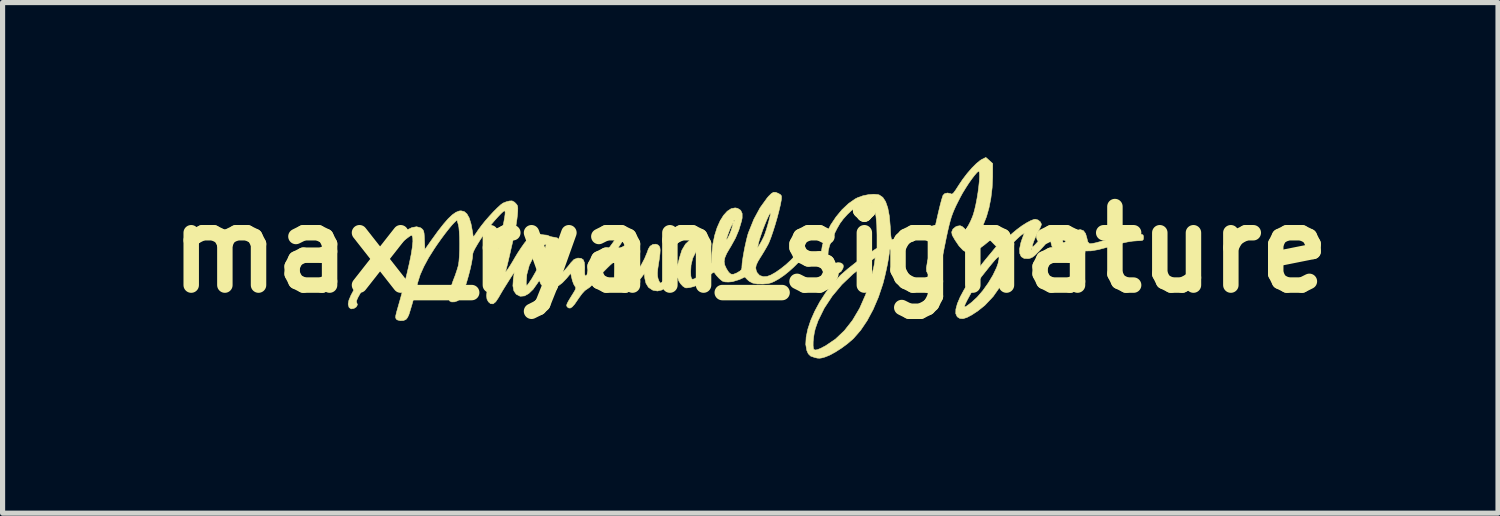
<source format=kicad_pcb>
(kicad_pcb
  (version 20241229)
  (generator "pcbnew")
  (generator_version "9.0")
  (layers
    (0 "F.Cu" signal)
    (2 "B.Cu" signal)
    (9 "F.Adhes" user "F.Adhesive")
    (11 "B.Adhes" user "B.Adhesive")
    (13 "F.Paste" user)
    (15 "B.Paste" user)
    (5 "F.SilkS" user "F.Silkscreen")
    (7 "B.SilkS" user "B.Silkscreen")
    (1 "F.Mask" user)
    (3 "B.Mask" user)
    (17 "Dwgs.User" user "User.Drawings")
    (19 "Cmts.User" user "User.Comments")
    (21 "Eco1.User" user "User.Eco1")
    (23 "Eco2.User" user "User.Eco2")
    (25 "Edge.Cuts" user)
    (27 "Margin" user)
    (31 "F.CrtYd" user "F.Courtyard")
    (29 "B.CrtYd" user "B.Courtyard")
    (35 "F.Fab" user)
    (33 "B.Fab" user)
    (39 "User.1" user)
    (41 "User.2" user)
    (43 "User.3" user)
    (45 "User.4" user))
  (footprint "max_ryan_signature"
    (layer "F.Cu")
    (at 11.51 1.793)
    (property "Reference" "max_ryan_signature" (at 0 0 0) (layer "F.SilkS") (effects (font (size 1.524 1.524) (thickness 0.3))))
    (attr through_hole)
    (fp_poly (pts (xy 2.481 -1.066) (xy 2.504 -1.059) (xy 2.572 -1.012) (xy 2.626 -0.929) (xy 2.668 -0.809) (xy 2.698 -0.651) (xy 2.715 -0.455) (xy 2.716 -0.442) (xy 2.722 -0.334) (xy 2.728 -0.262) (xy 2.735 -0.218) (xy 2.744 -0.197) (xy 2.756 -0.193) (xy 2.762 -0.195) (xy 2.818 -0.218) (xy 2.891 -0.245) (xy 2.966 -0.27) (xy 3.034 -0.291) (xy 3.08 -0.303) (xy 3.091 -0.304) (xy 3.13 -0.292) (xy 3.173 -0.265) (xy 3.206 -0.224) (xy 3.201 -0.188) (xy 3.162 -0.162) (xy 3.092 -0.151) (xy 3.086 -0.151) (xy 3.031 -0.142) (xy 2.96 -0.122) (xy 2.882 -0.095) (xy 2.808 -0.063) (xy 2.747 -0.032) (xy 2.71 -0.005) (xy 2.702 0.008) (xy 2.697 0.072) (xy 2.683 0.165) (xy 2.663 0.278) (xy 2.637 0.401) (xy 2.609 0.525) (xy 2.58 0.639) (xy 2.571 0.671) (xy 2.486 0.924) (xy 2.384 1.162) (xy 2.268 1.378) (xy 2.141 1.566) (xy 2.006 1.721) (xy 1.983 1.743) (xy 1.88 1.831) (xy 1.764 1.916) (xy 1.646 1.991) (xy 1.537 2.05) (xy 1.45 2.085) (xy 1.386 2.103) (xy 1.342 2.109) (xy 1.299 2.106) (xy 1.245 2.093) (xy 1.171 2.067) (xy 1.125 2.022) (xy 1.096 1.956) (xy 1.08 1.863) (xy 1.219 1.863) (xy 1.224 1.917) (xy 1.233 1.937) (xy 1.259 1.949) (xy 1.301 1.943) (xy 1.363 1.918) (xy 1.453 1.871) (xy 1.46 1.868) (xy 1.652 1.738) (xy 1.827 1.572) (xy 1.984 1.372) (xy 2.122 1.139) (xy 2.239 0.873) (xy 2.325 0.614) (xy 2.354 0.508) (xy 2.38 0.406) (xy 2.4 0.319) (xy 2.41 0.262) (xy 2.424 0.156) (xy 2.235 0.286) (xy 1.993 0.473) (xy 1.777 0.679) (xy 1.59 0.902) (xy 1.435 1.137) (xy 1.316 1.379) (xy 1.262 1.531) (xy 1.243 1.61) (xy 1.229 1.698) (xy 1.22 1.786) (xy 1.219 1.863) (xy 1.08 1.863) (xy 1.076 1.84) (xy 1.084 1.7) (xy 1.117 1.543) (xy 1.173 1.373) (xy 1.251 1.196) (xy 1.348 1.016) (xy 1.462 0.839) (xy 1.591 0.67) (xy 1.648 0.603) (xy 1.756 0.493) (xy 1.893 0.374) (xy 2.05 0.25) (xy 2.22 0.129) (xy 2.271 0.095) (xy 2.459 -0.028) (xy 2.459 -0.283) (xy 2.454 -0.48) (xy 2.439 -0.643) (xy 2.416 -0.768) (xy 2.384 -0.856) (xy 2.38 -0.864) (xy 2.345 -0.907) (xy 2.301 -0.922) (xy 2.28 -0.922) (xy 2.182 -0.899) (xy 2.072 -0.841) (xy 1.955 -0.751) (xy 1.883 -0.682) (xy 1.804 -0.594) (xy 1.74 -0.508) (xy 1.682 -0.407) (xy 1.646 -0.335) (xy 1.581 -0.191) (xy 1.536 -0.072) (xy 1.512 0.028) (xy 1.507 0.116) (xy 1.518 0.201) (xy 1.525 0.229) (xy 1.549 0.284) (xy 1.58 0.305) (xy 1.584 0.305) (xy 1.619 0.296) (xy 1.629 0.286) (xy 1.656 0.263) (xy 1.704 0.253) (xy 1.754 0.26) (xy 1.777 0.271) (xy 1.802 0.298) (xy 1.805 0.334) (xy 1.797 0.366) (xy 1.76 0.426) (xy 1.699 0.464) (xy 1.624 0.475) (xy 1.558 0.459) (xy 1.471 0.402) (xy 1.411 0.316) (xy 1.379 0.206) (xy 1.374 0.074) (xy 1.398 -0.078) (xy 1.45 -0.246) (xy 1.477 -0.313) (xy 1.56 -0.478) (xy 1.664 -0.634) (xy 1.781 -0.775) (xy 1.907 -0.893) (xy 2.034 -0.982) (xy 2.087 -1.009) (xy 2.186 -1.044) (xy 2.294 -1.066) (xy 2.396 -1.074) (xy 2.481 -1.066)) (stroke (width 0.01) (type solid)) (fill yes) (layer "F.SilkS"))
    (fp_poly (pts (xy 4.638 -1.729) (xy 4.704 -1.669) (xy 4.703 -1.409) (xy 4.693 -1.2) (xy 4.669 -0.999) (xy 4.632 -0.81) (xy 4.583 -0.638) (xy 4.524 -0.489) (xy 4.456 -0.366) (xy 4.381 -0.275) (xy 4.315 -0.227) (xy 4.27 -0.202) (xy 4.257 -0.184) (xy 4.27 -0.159) (xy 4.281 -0.145) (xy 4.319 -0.099) (xy 4.461 -0.204) (xy 4.565 -0.277) (xy 4.647 -0.324) (xy 4.714 -0.344) (xy 4.772 -0.34) (xy 4.828 -0.311) (xy 4.876 -0.272) (xy 4.957 -0.199) (xy 5.085 -0.315) (xy 5.174 -0.389) (xy 5.268 -0.459) (xy 5.361 -0.518) (xy 5.444 -0.562) (xy 5.508 -0.586) (xy 5.53 -0.589) (xy 5.583 -0.574) (xy 5.628 -0.538) (xy 5.649 -0.493) (xy 5.649 -0.488) (xy 5.639 -0.455) (xy 5.615 -0.404) (xy 5.599 -0.375) (xy 5.566 -0.314) (xy 5.534 -0.242) (xy 5.504 -0.169) (xy 5.482 -0.106) (xy 5.471 -0.062) (xy 5.472 -0.048) (xy 5.489 -0.058) (xy 5.525 -0.092) (xy 5.573 -0.145) (xy 5.591 -0.166) (xy 5.683 -0.272) (xy 5.754 -0.35) (xy 5.809 -0.405) (xy 5.853 -0.44) (xy 5.89 -0.459) (xy 5.925 -0.467) (xy 5.94 -0.467) (xy 5.996 -0.459) (xy 6.031 -0.431) (xy 6.049 -0.376) (xy 6.055 -0.288) (xy 6.055 -0.277) (xy 6.057 -0.19) (xy 6.066 -0.142) (xy 6.085 -0.131) (xy 6.119 -0.156) (xy 6.171 -0.214) (xy 6.179 -0.224) (xy 6.247 -0.301) (xy 6.3 -0.35) (xy 6.347 -0.376) (xy 6.395 -0.386) (xy 6.409 -0.386) (xy 6.464 -0.367) (xy 6.506 -0.311) (xy 6.533 -0.219) (xy 6.534 -0.21) (xy 6.55 -0.149) (xy 6.577 -0.119) (xy 6.59 -0.114) (xy 6.625 -0.116) (xy 6.69 -0.128) (xy 6.775 -0.15) (xy 6.873 -0.178) (xy 6.888 -0.182) (xy 7.093 -0.241) (xy 7.267 -0.28) (xy 7.411 -0.3) (xy 7.529 -0.302) (xy 7.589 -0.296) (xy 7.619 -0.285) (xy 7.629 -0.262) (xy 7.63 -0.234) (xy 7.628 -0.2) (xy 7.615 -0.182) (xy 7.582 -0.174) (xy 7.518 -0.171) (xy 7.517 -0.171) (xy 7.42 -0.164) (xy 7.314 -0.147) (xy 7.189 -0.119) (xy 7.04 -0.079) (xy 6.93 -0.046) (xy 6.755 0.001) (xy 6.612 0.025) (xy 6.498 0.027) (xy 6.412 0.005) (xy 6.352 -0.039) (xy 6.317 -0.097) (xy 6.306 -0.121) (xy 6.292 -0.126) (xy 6.268 -0.108) (xy 6.225 -0.066) (xy 6.212 -0.051) (xy 6.158 0.001) (xy 6.115 0.029) (xy 6.071 0.039) (xy 6.04 0.041) (xy 5.979 0.038) (xy 5.931 0.03) (xy 5.924 0.028) (xy 5.885 -0.005) (xy 5.853 -0.065) (xy 5.834 -0.136) (xy 5.832 -0.166) (xy 5.832 -0.233) (xy 5.766 -0.152) (xy 5.719 -0.096) (xy 5.656 -0.026) (xy 5.592 0.044) (xy 5.588 0.047) (xy 5.524 0.111) (xy 5.474 0.149) (xy 5.428 0.169) (xy 5.395 0.176) (xy 5.314 0.172) (xy 5.258 0.138) (xy 5.229 0.075) (xy 5.226 -0.01) (xy 5.446 -0.01) (xy 5.456 0) (xy 5.466 -0.01) (xy 5.456 -0.02) (xy 5.446 -0.01) (xy 5.226 -0.01) (xy 5.226 -0.015) (xy 5.25 -0.131) (xy 5.27 -0.192) (xy 5.318 -0.324) (xy 5.265 -0.286) (xy 5.222 -0.25) (xy 5.165 -0.197) (xy 5.123 -0.156) (xy 5.075 -0.105) (xy 5.051 -0.071) (xy 5.046 -0.041) (xy 5.056 -0.002) (xy 5.06 0.01) (xy 5.078 0.129) (xy 5.061 0.266) (xy 5.01 0.418) (xy 4.993 0.454) (xy 4.86 0.701) (xy 4.713 0.91) (xy 4.55 1.083) (xy 4.421 1.186) (xy 4.301 1.266) (xy 4.205 1.317) (xy 4.128 1.341) (xy 4.068 1.337) (xy 4.021 1.308) (xy 4.014 1.301) (xy 3.987 1.242) (xy 3.989 1.158) (xy 4.005 1.099) (xy 4.156 1.099) (xy 4.161 1.114) (xy 4.188 1.103) (xy 4.236 1.069) (xy 4.292 1.026) (xy 4.402 0.925) (xy 4.513 0.796) (xy 4.618 0.649) (xy 4.709 0.497) (xy 4.779 0.351) (xy 4.808 0.269) (xy 4.827 0.195) (xy 4.833 0.152) (xy 4.822 0.138) (xy 4.794 0.155) (xy 4.746 0.204) (xy 4.678 0.285) (xy 4.643 0.328) (xy 4.554 0.44) (xy 4.484 0.528) (xy 4.43 0.602) (xy 4.385 0.669) (xy 4.343 0.737) (xy 4.299 0.815) (xy 4.267 0.874) (xy 4.209 0.981) (xy 4.172 1.055) (xy 4.156 1.099) (xy 4.005 1.099) (xy 4.018 1.05) (xy 4.073 0.921) (xy 4.152 0.774) (xy 4.254 0.611) (xy 4.378 0.434) (xy 4.524 0.245) (xy 4.57 0.188) (xy 4.775 -0.06) (xy 4.715 -0.121) (xy 4.655 -0.183) (xy 4.54 -0.089) (xy 4.426 -0.005) (xy 4.332 0.045) (xy 4.254 0.064) (xy 4.203 0.057) (xy 4.129 0.013) (xy 4.052 -0.068) (xy 3.971 -0.188) (xy 3.918 -0.281) (xy 3.908 -0.34) (xy 3.931 -0.396) (xy 3.983 -0.44) (xy 4.019 -0.455) (xy 4.071 -0.463) (xy 4.11 -0.448) (xy 4.134 -0.428) (xy 4.182 -0.383) (xy 4.235 -0.473) (xy 4.273 -0.546) (xy 4.31 -0.633) (xy 4.328 -0.683) (xy 4.353 -0.771) (xy 4.377 -0.875) (xy 4.399 -0.989) (xy 4.418 -1.106) (xy 4.433 -1.22) (xy 4.444 -1.324) (xy 4.449 -1.413) (xy 4.448 -1.478) (xy 4.441 -1.515) (xy 4.431 -1.521) (xy 4.4 -1.497) (xy 4.354 -1.444) (xy 4.298 -1.371) (xy 4.236 -1.283) (xy 4.175 -1.188) (xy 4.117 -1.093) (xy 4.075 -1.016) (xy 4.028 -0.924) (xy 3.989 -0.846) (xy 3.957 -0.775) (xy 3.929 -0.707) (xy 3.903 -0.636) (xy 3.88 -0.557) (xy 3.856 -0.465) (xy 3.83 -0.353) (xy 3.801 -0.218) (xy 3.768 -0.054) (xy 3.728 0.142) (xy 3.701 0.273) (xy 3.68 0.368) (xy 3.663 0.434) (xy 3.646 0.476) (xy 3.628 0.498) (xy 3.606 0.506) (xy 3.577 0.505) (xy 3.554 0.502) (xy 3.486 0.488) (xy 3.442 0.463) (xy 3.42 0.421) (xy 3.417 0.356) (xy 3.433 0.262) (xy 3.443 0.213) (xy 3.456 0.154) (xy 3.476 0.064) (xy 3.501 -0.048) (xy 3.528 -0.173) (xy 3.555 -0.295) (xy 3.605 -0.523) (xy 3.648 -0.712) (xy 3.684 -0.861) (xy 3.713 -0.97) (xy 3.735 -1.039) (xy 3.739 -1.052) (xy 3.773 -1.086) (xy 3.827 -1.098) (xy 3.885 -1.086) (xy 3.9 -1.078) (xy 3.918 -1.078) (xy 3.945 -1.101) (xy 3.982 -1.151) (xy 4.034 -1.231) (xy 4.042 -1.244) (xy 4.122 -1.363) (xy 4.21 -1.478) (xy 4.301 -1.583) (xy 4.387 -1.669) (xy 4.463 -1.731) (xy 4.493 -1.749) (xy 4.571 -1.788) (xy 4.638 -1.729)) (stroke (width 0.01) (type solid)) (fill yes) (layer "F.SilkS"))
    (fp_poly (pts (xy 0.496 -1.11) (xy 0.552 -1.086) (xy 0.589 -1.063) (xy 0.605 -1.038) (xy 0.605 -0.996) (xy 0.601 -0.959) (xy 0.584 -0.868) (xy 0.557 -0.753) (xy 0.523 -0.623) (xy 0.484 -0.488) (xy 0.443 -0.358) (xy 0.403 -0.241) (xy 0.368 -0.15) (xy 0.351 -0.112) (xy 0.315 -0.046) (xy 0.266 0.038) (xy 0.213 0.125) (xy 0.2 0.144) (xy 0.146 0.234) (xy 0.115 0.301) (xy 0.105 0.355) (xy 0.114 0.405) (xy 0.132 0.448) (xy 0.182 0.503) (xy 0.254 0.526) (xy 0.327 0.521) (xy 0.4 0.494) (xy 0.491 0.443) (xy 0.591 0.373) (xy 0.693 0.292) (xy 0.788 0.204) (xy 0.869 0.118) (xy 0.896 0.084) (xy 0.934 0.039) (xy 0.966 0.025) (xy 0.991 0.029) (xy 1.028 0.057) (xy 1.036 0.095) (xy 1.021 0.137) (xy 0.978 0.196) (xy 0.915 0.268) (xy 0.837 0.345) (xy 0.75 0.423) (xy 0.661 0.495) (xy 0.574 0.555) (xy 0.549 0.571) (xy 0.469 0.616) (xy 0.406 0.644) (xy 0.346 0.659) (xy 0.273 0.666) (xy 0.249 0.668) (xy 0.133 0.667) (xy 0.046 0.65) (xy -0.022 0.614) (xy -0.061 0.579) (xy -0.105 0.532) (xy -0.21 0.581) (xy -0.347 0.623) (xy -0.424 0.63) (xy -0.492 0.627) (xy -0.539 0.613) (xy -0.582 0.579) (xy -0.609 0.554) (xy -0.654 0.505) (xy -0.686 0.463) (xy -0.695 0.447) (xy -0.709 0.441) (xy -0.742 0.459) (xy -0.796 0.504) (xy -0.849 0.552) (xy -0.929 0.624) (xy -0.995 0.672) (xy -1.057 0.703) (xy -1.107 0.72) (xy -1.176 0.737) (xy -1.234 0.744) (xy -1.26 0.742) (xy -1.306 0.713) (xy -1.353 0.663) (xy -1.389 0.607) (xy -1.402 0.563) (xy -1.407 0.546) (xy -1.424 0.55) (xy -1.457 0.576) (xy -1.513 0.629) (xy -1.529 0.644) (xy -1.63 0.732) (xy -1.719 0.785) (xy -1.801 0.804) (xy -1.881 0.791) (xy -1.898 0.785) (xy -1.976 0.733) (xy -2.025 0.653) (xy -2.047 0.559) (xy -2.058 0.468) (xy -2.125 0.557) (xy -2.192 0.625) (xy -2.276 0.685) (xy -2.366 0.729) (xy -2.447 0.751) (xy -2.464 0.752) (xy -2.53 0.732) (xy -2.584 0.691) (xy -2.612 0.661) (xy -2.629 0.634) (xy -2.638 0.599) (xy -2.641 0.546) (xy -2.639 0.466) (xy -2.638 0.437) (xy -2.636 0.354) (xy -2.637 0.289) (xy -2.64 0.25) (xy -2.643 0.244) (xy -2.669 0.258) (xy -2.715 0.297) (xy -2.773 0.353) (xy -2.838 0.419) (xy -2.901 0.489) (xy -2.957 0.556) (xy -2.973 0.578) (xy -3.044 0.663) (xy -3.113 0.728) (xy -3.157 0.759) (xy -3.21 0.795) (xy -3.265 0.855) (xy -3.33 0.943) (xy -3.347 0.969) (xy -3.408 1.058) (xy -3.457 1.113) (xy -3.496 1.136) (xy -3.53 1.131) (xy -3.556 1.108) (xy -3.564 1.088) (xy -3.558 1.057) (xy -3.535 1.01) (xy -3.492 0.938) (xy -3.476 0.912) (xy -3.428 0.835) (xy -3.399 0.785) (xy -3.388 0.752) (xy -3.39 0.73) (xy -3.404 0.711) (xy -3.404 0.71) (xy -3.428 0.669) (xy -3.451 0.606) (xy -3.461 0.567) (xy -3.485 0.461) (xy -3.565 0.558) (xy -3.648 0.645) (xy -3.739 0.714) (xy -3.826 0.758) (xy -3.897 0.772) (xy -3.957 0.757) (xy -4.017 0.72) (xy -4.064 0.671) (xy -4.085 0.62) (xy -4.085 0.616) (xy -4.093 0.604) (xy -4.115 0.629) (xy -4.132 0.655) (xy -4.215 0.772) (xy -4.299 0.853) (xy -4.381 0.899) (xy -4.458 0.906) (xy -4.47 0.904) (xy -4.542 0.867) (xy -4.588 0.801) (xy -4.607 0.704) (xy -4.602 0.625) (xy -4.348 0.625) (xy -4.348 0.672) (xy -4.342 0.695) (xy -4.328 0.691) (xy -4.302 0.658) (xy -4.259 0.594) (xy -4.239 0.564) (xy -4.15 0.408) (xy -4.071 0.23) (xy -4.012 0.065) (xy -3.988 -0.008) (xy -3.971 -0.063) (xy -3.963 -0.092) (xy -3.962 -0.094) (xy -3.975 -0.103) (xy -4.01 -0.083) (xy -4.064 -0.034) (xy -4.094 -0.005) (xy -4.207 0.139) (xy -4.289 0.305) (xy -4.337 0.484) (xy -4.348 0.625) (xy -4.602 0.625) (xy -4.6 0.577) (xy -4.596 0.554) (xy -4.587 0.494) (xy -4.582 0.456) (xy -4.583 0.447) (xy -4.596 0.463) (xy -4.625 0.507) (xy -4.666 0.571) (xy -4.714 0.647) (xy -4.765 0.728) (xy -4.814 0.808) (xy -4.855 0.878) (xy -4.885 0.931) (xy -4.887 0.934) (xy -4.94 1.013) (xy -4.99 1.053) (xy -5.039 1.051) (xy -5.083 1.013) (xy -5.11 0.961) (xy -5.118 0.892) (xy -5.108 0.8) (xy -5.08 0.681) (xy -5.067 0.637) (xy -5.028 0.503) (xy -4.995 0.384) (xy -4.965 0.269) (xy -4.935 0.15) (xy -4.903 0.015) (xy -4.867 -0.144) (xy -4.846 -0.239) (xy -4.811 -0.399) (xy -4.785 -0.524) (xy -4.768 -0.617) (xy -4.759 -0.682) (xy -4.757 -0.724) (xy -4.762 -0.746) (xy -4.772 -0.752) (xy -4.796 -0.737) (xy -4.839 -0.697) (xy -4.896 -0.637) (xy -4.961 -0.565) (xy -5.029 -0.485) (xy -5.046 -0.464) (xy -5.109 -0.382) (xy -5.175 -0.289) (xy -5.239 -0.193) (xy -5.296 -0.101) (xy -5.343 -0.02) (xy -5.374 0.043) (xy -5.385 0.08) (xy -5.392 0.158) (xy -5.409 0.259) (xy -5.435 0.377) (xy -5.467 0.502) (xy -5.503 0.627) (xy -5.54 0.744) (xy -5.577 0.844) (xy -5.611 0.92) (xy -5.637 0.962) (xy -5.685 0.996) (xy -5.742 1.015) (xy -5.795 1.016) (xy -5.832 0.999) (xy -5.838 0.989) (xy -5.845 0.93) (xy -5.836 0.843) (xy -5.811 0.737) (xy -5.773 0.621) (xy -5.762 0.593) (xy -5.726 0.499) (xy -5.694 0.404) (xy -5.67 0.324) (xy -5.665 0.305) (xy -5.654 0.23) (xy -5.646 0.128) (xy -5.641 0.01) (xy -5.64 -0.116) (xy -5.642 -0.24) (xy -5.648 -0.35) (xy -5.656 -0.438) (xy -5.666 -0.485) (xy -5.692 -0.573) (xy -5.744 -0.525) (xy -5.788 -0.478) (xy -5.849 -0.405) (xy -5.922 -0.312) (xy -6 -0.207) (xy -6.078 -0.097) (xy -6.13 -0.02) (xy -6.243 0.159) (xy -6.336 0.331) (xy -6.406 0.488) (xy -6.449 0.624) (xy -6.451 0.63) (xy -6.473 0.721) (xy -6.501 0.83) (xy -6.532 0.947) (xy -6.564 1.061) (xy -6.594 1.162) (xy -6.618 1.24) (xy -6.628 1.27) (xy -6.654 1.322) (xy -6.682 1.356) (xy -6.731 1.377) (xy -6.792 1.38) (xy -6.847 1.366) (xy -6.869 1.351) (xy -6.882 1.325) (xy -6.881 1.287) (xy -6.867 1.226) (xy -6.861 1.203) (xy -6.785 0.936) (xy -6.718 0.69) (xy -6.662 0.465) (xy -6.616 0.266) (xy -6.581 0.095) (xy -6.559 -0.046) (xy -6.548 -0.155) (xy -6.55 -0.228) (xy -6.553 -0.238) (xy -6.563 -0.271) (xy -6.58 -0.276) (xy -6.616 -0.255) (xy -6.62 -0.252) (xy -6.724 -0.174) (xy -6.843 -0.066) (xy -6.972 0.065) (xy -7.104 0.212) (xy -7.236 0.371) (xy -7.361 0.534) (xy -7.474 0.695) (xy -7.565 0.842) (xy -7.612 0.925) (xy -7.637 0.981) (xy -7.643 1.016) (xy -7.637 1.03) (xy -7.624 1.071) (xy -7.647 1.113) (xy -7.69 1.141) (xy -7.746 1.151) (xy -7.785 1.125) (xy -7.802 1.068) (xy -7.803 1.054) (xy -7.789 0.982) (xy -7.749 0.887) (xy -7.688 0.773) (xy -7.607 0.643) (xy -7.51 0.503) (xy -7.4 0.356) (xy -7.281 0.209) (xy -7.156 0.064) (xy -7.027 -0.073) (xy -6.934 -0.165) (xy -6.794 -0.289) (xy -6.671 -0.376) (xy -6.566 -0.427) (xy -6.476 -0.443) (xy -6.402 -0.424) (xy -6.378 -0.408) (xy -6.354 -0.385) (xy -6.339 -0.356) (xy -6.33 -0.311) (xy -6.325 -0.24) (xy -6.323 -0.185) (xy -6.315 -0.000431) (xy -6.183 -0.188) (xy -6.06 -0.358) (xy -5.954 -0.493) (xy -5.863 -0.598) (xy -5.783 -0.674) (xy -5.713 -0.723) (xy -5.651 -0.748) (xy -5.614 -0.752) (xy -5.551 -0.737) (xy -5.499 -0.692) (xy -5.455 -0.614) (xy -5.42 -0.5) (xy -5.391 -0.348) (xy -5.391 -0.348) (xy -5.375 -0.239) (xy -5.273 -0.389) (xy -5.215 -0.467) (xy -5.144 -0.556) (xy -5.064 -0.647) (xy -4.984 -0.734) (xy -4.908 -0.81) (xy -4.844 -0.869) (xy -4.798 -0.902) (xy -4.796 -0.903) (xy -4.738 -0.926) (xy -4.677 -0.942) (xy -4.624 -0.945) (xy -4.581 -0.923) (xy -4.558 -0.902) (xy -4.532 -0.874) (xy -4.517 -0.846) (xy -4.512 -0.807) (xy -4.513 -0.746) (xy -4.518 -0.684) (xy -4.528 -0.592) (xy -4.545 -0.479) (xy -4.566 -0.359) (xy -4.582 -0.284) (xy -4.611 -0.152) (xy -4.642 -0.018) (xy -4.671 0.11) (xy -4.698 0.225) (xy -4.721 0.32) (xy -4.739 0.389) (xy -4.748 0.423) (xy -4.747 0.433) (xy -4.73 0.414) (xy -4.699 0.371) (xy -4.66 0.311) (xy -4.616 0.239) (xy -4.57 0.161) (xy -4.567 0.155) (xy -4.513 0.066) (xy -4.447 -0.034) (xy -4.382 -0.126) (xy -4.375 -0.135) (xy -4.291 -0.235) (xy -4.218 -0.296) (xy -4.156 -0.321) (xy -4.103 -0.309) (xy -4.103 -0.308) (xy -4.055 -0.291) (xy -3.997 -0.284) (xy -3.945 -0.279) (xy -3.911 -0.266) (xy -3.911 -0.266) (xy -3.879 -0.252) (xy -3.826 -0.241) (xy -3.812 -0.24) (xy -3.744 -0.225) (xy -3.708 -0.191) (xy -3.703 -0.134) (xy -3.715 -0.077) (xy -3.743 0.021) (xy -3.764 0.103) (xy -3.781 0.184) (xy -3.797 0.28) (xy -3.81 0.364) (xy -3.823 0.458) (xy -3.829 0.533) (xy -3.828 0.581) (xy -3.824 0.593) (xy -3.804 0.587) (xy -3.763 0.557) (xy -3.709 0.508) (xy -3.648 0.448) (xy -3.586 0.383) (xy -3.53 0.318) (xy -3.486 0.261) (xy -3.483 0.257) (xy -3.42 0.191) (xy -3.346 0.165) (xy -3.283 0.171) (xy -3.243 0.196) (xy -3.22 0.251) (xy -3.213 0.338) (xy -3.215 0.411) (xy -3.214 0.468) (xy -3.207 0.505) (xy -3.2 0.512) (xy -3.181 0.499) (xy -3.142 0.458) (xy -3.086 0.396) (xy -3.02 0.318) (xy -2.946 0.228) (xy -2.869 0.133) (xy -2.794 0.037) (xy -2.724 -0.054) (xy -2.665 -0.135) (xy -2.62 -0.2) (xy -2.615 -0.208) (xy -2.575 -0.254) (xy -2.535 -0.259) (xy -2.493 -0.228) (xy -2.476 -0.205) (xy -2.475 -0.181) (xy -2.492 -0.145) (xy -2.53 -0.087) (xy -2.531 -0.086) (xy -2.602 0.02) (xy -2.495 -0.044) (xy -2.405 -0.097) (xy -2.342 -0.131) (xy -2.299 -0.151) (xy -2.266 -0.16) (xy -2.24 -0.162) (xy -2.206 -0.154) (xy -2.195 -0.12) (xy -2.195 -0.107) (xy -2.202 -0.067) (xy -2.231 -0.035) (xy -2.281 -0.005) (xy -2.368 0.041) (xy -2.374 0.319) (xy -2.381 0.596) (xy -2.333 0.566) (xy -2.264 0.505) (xy -2.19 0.414) (xy -2.117 0.301) (xy -2.051 0.175) (xy -1.997 0.045) (xy -1.979 -0.009) (xy -1.945 -0.065) (xy -1.892 -0.099) (xy -1.832 -0.105) (xy -1.791 -0.089) (xy -1.768 -0.067) (xy -1.754 -0.036) (xy -1.749 0.011) (xy -1.753 0.08) (xy -1.765 0.178) (xy -1.78 0.274) (xy -1.796 0.379) (xy -1.802 0.455) (xy -1.8 0.513) (xy -1.79 0.564) (xy -1.77 0.616) (xy -1.749 0.647) (xy -1.742 0.65) (xy -1.718 0.636) (xy -1.675 0.598) (xy -1.617 0.543) (xy -1.565 0.489) (xy -1.497 0.416) (xy -1.451 0.361) (xy -1.421 0.314) (xy -1.401 0.265) (xy -1.384 0.201) (xy -1.376 0.164) (xy -1.327 0.011) (xy -1.258 -0.106) (xy -1.168 -0.19) (xy -1.129 -0.212) (xy -1.05 -0.25) (xy -1.011 -0.203) (xy -0.987 -0.158) (xy -0.986 -0.107) (xy -1.009 -0.04) (xy -1.058 0.048) (xy -1.118 0.17) (xy -1.15 0.302) (xy -1.157 0.427) (xy -1.154 0.513) (xy -1.142 0.562) (xy -1.118 0.578) (xy -1.077 0.564) (xy -1.036 0.538) (xy -0.977 0.491) (xy -0.909 0.427) (xy -0.854 0.369) (xy -0.758 0.259) (xy -0.745 0.063) (xy -0.726 -0.112) (xy -0.71 -0.185) (xy -0.467 -0.185) (xy -0.459 -0.187) (xy -0.44 -0.218) (xy -0.416 -0.265) (xy -0.392 -0.32) (xy -0.372 -0.372) (xy -0.365 -0.392) (xy -0.348 -0.452) (xy -0.335 -0.498) (xy -0.333 -0.504) (xy -0.334 -0.512) (xy -0.351 -0.49) (xy -0.356 -0.48) (xy -0.378 -0.436) (xy -0.404 -0.374) (xy -0.43 -0.304) (xy -0.452 -0.241) (xy -0.465 -0.196) (xy -0.467 -0.185) (xy -0.71 -0.185) (xy -0.691 -0.277) (xy -0.644 -0.426) (xy -0.586 -0.556) (xy -0.584 -0.559) (xy -0.325 -0.559) (xy -0.315 -0.549) (xy -0.305 -0.559) (xy -0.315 -0.569) (xy -0.325 -0.559) (xy -0.584 -0.559) (xy -0.52 -0.663) (xy -0.447 -0.744) (xy -0.371 -0.794) (xy -0.294 -0.809) (xy -0.246 -0.8) (xy -0.187 -0.762) (xy -0.158 -0.7) (xy -0.158 -0.612) (xy -0.17 -0.554) (xy -0.222 -0.38) (xy -0.288 -0.223) (xy -0.376 -0.064) (xy -0.397 -0.03) (xy -0.459 0.076) (xy -0.495 0.161) (xy -0.507 0.233) (xy -0.496 0.3) (xy -0.463 0.372) (xy -0.462 0.374) (xy -0.417 0.443) (xy -0.376 0.477) (xy -0.328 0.48) (xy -0.265 0.455) (xy -0.254 0.449) (xy -0.199 0.416) (xy -0.171 0.387) (xy -0.163 0.349) (xy -0.163 0.334) (xy -0.158 0.263) (xy -0.144 0.164) (xy -0.124 0.048) (xy -0.109 -0.03) (xy 0.139 -0.03) (xy 0.184 -0.102) (xy 0.221 -0.167) (xy 0.259 -0.242) (xy 0.268 -0.263) (xy 0.288 -0.316) (xy 0.312 -0.388) (xy 0.336 -0.469) (xy 0.359 -0.55) (xy 0.378 -0.624) (xy 0.391 -0.68) (xy 0.394 -0.709) (xy 0.393 -0.711) (xy 0.376 -0.693) (xy 0.35 -0.644) (xy 0.317 -0.571) (xy 0.281 -0.483) (xy 0.243 -0.386) (xy 0.209 -0.289) (xy 0.179 -0.199) (xy 0.158 -0.123) (xy 0.154 -0.101) (xy 0.139 -0.03) (xy -0.109 -0.03) (xy -0.1 -0.073) (xy -0.074 -0.189) (xy -0.049 -0.287) (xy -0.033 -0.335) (xy 0.07 -0.59) (xy 0.191 -0.813) (xy 0.327 -1.001) (xy 0.356 -1.035) (xy 0.41 -1.088) (xy 0.452 -1.112) (xy 0.496 -1.11)) (stroke (width 0.01) (type solid)) (fill yes) (layer "F.SilkS")))
  (gr_rect
    (start -3 -3)
    (end 26.02 6.908)
    (stroke (width 0.1) (type default))
    (fill no)
    (layer "Edge.Cuts")))
</source>
